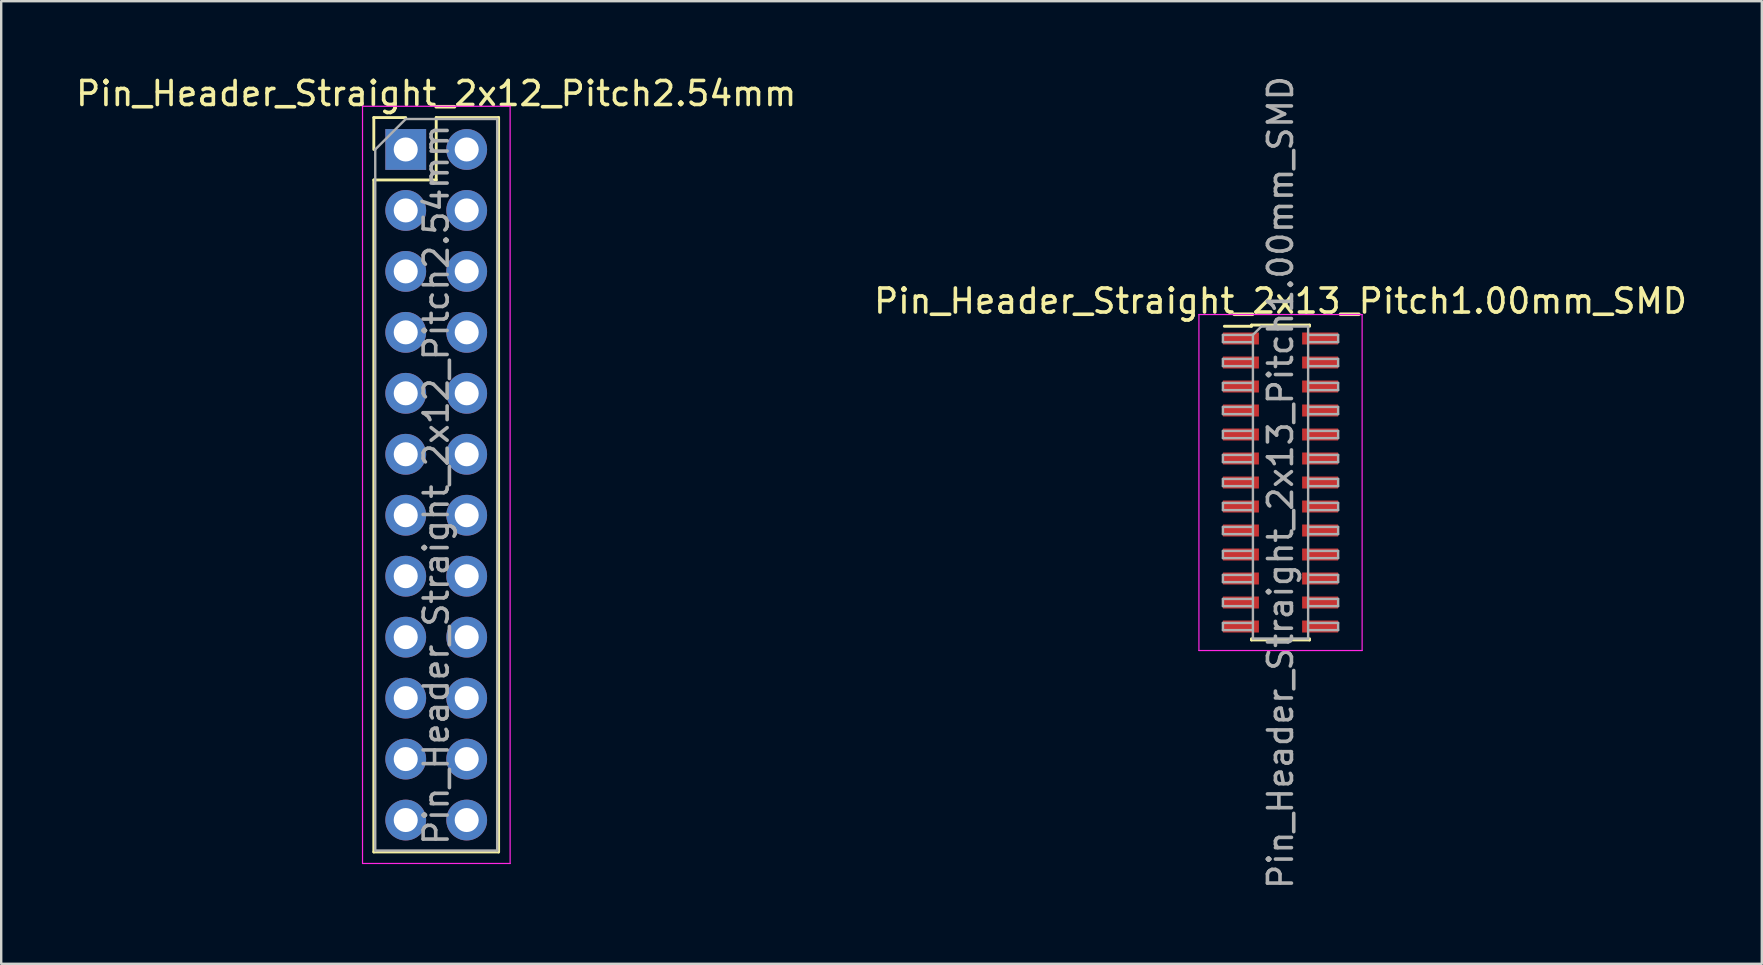
<source format=kicad_pcb>
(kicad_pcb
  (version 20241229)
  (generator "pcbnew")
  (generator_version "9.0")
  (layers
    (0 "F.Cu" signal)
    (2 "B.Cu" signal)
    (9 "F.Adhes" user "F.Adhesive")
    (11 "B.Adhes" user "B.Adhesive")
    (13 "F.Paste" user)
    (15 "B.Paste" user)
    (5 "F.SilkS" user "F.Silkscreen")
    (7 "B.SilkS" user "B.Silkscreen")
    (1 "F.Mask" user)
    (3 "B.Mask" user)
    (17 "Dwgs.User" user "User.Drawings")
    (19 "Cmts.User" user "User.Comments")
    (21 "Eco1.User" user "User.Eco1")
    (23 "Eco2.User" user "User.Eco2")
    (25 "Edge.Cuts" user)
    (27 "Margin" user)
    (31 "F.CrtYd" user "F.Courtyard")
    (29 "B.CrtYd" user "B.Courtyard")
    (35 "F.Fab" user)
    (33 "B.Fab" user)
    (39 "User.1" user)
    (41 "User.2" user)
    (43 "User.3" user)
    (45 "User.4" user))
  (footprint "Pin_Header_Straight_2x12_Pitch2.54mm"
    (layer "F.Cu")
    (at 13.855 3.178)
    (property "Reference" "Pin_Header_Straight_2x12_Pitch2.54mm" (at 1.27 -2.33 0) (layer "F.SilkS") (effects (font (size 1 1) (thickness 0.15))))
    (attr through_hole)
    (fp_line (start -1.33 -1.33) (end 0 -1.33) (stroke (width 0.12) (type solid)) (layer "F.SilkS"))
    (fp_line (start -1.33 0) (end -1.33 -1.33) (stroke (width 0.12) (type solid)) (layer "F.SilkS"))
    (fp_line (start -1.33 1.27) (end -1.33 29.27) (stroke (width 0.12) (type solid)) (layer "F.SilkS"))
    (fp_line (start -1.33 1.27) (end 1.27 1.27) (stroke (width 0.12) (type solid)) (layer "F.SilkS"))
    (fp_line (start -1.33 29.27) (end 3.87 29.27) (stroke (width 0.12) (type solid)) (layer "F.SilkS"))
    (fp_line (start 1.27 -1.33) (end 3.87 -1.33) (stroke (width 0.12) (type solid)) (layer "F.SilkS"))
    (fp_line (start 1.27 1.27) (end 1.27 -1.33) (stroke (width 0.12) (type solid)) (layer "F.SilkS"))
    (fp_line (start 3.87 -1.33) (end 3.87 29.27) (stroke (width 0.12) (type solid)) (layer "F.SilkS"))
    (fp_line (start -1.8 -1.8) (end -1.8 29.75) (stroke (width 0.05) (type solid)) (layer "F.CrtYd"))
    (fp_line (start -1.8 29.75) (end 4.35 29.75) (stroke (width 0.05) (type solid)) (layer "F.CrtYd"))
    (fp_line (start 4.35 -1.8) (end -1.8 -1.8) (stroke (width 0.05) (type solid)) (layer "F.CrtYd"))
    (fp_line (start 4.35 29.75) (end 4.35 -1.8) (stroke (width 0.05) (type solid)) (layer "F.CrtYd"))
    (fp_line (start -1.27 0) (end 0 -1.27) (stroke (width 0.1) (type solid)) (layer "F.Fab"))
    (fp_line (start -1.27 29.21) (end -1.27 0) (stroke (width 0.1) (type solid)) (layer "F.Fab"))
    (fp_line (start 0 -1.27) (end 3.81 -1.27) (stroke (width 0.1) (type solid)) (layer "F.Fab"))
    (fp_line (start 3.81 -1.27) (end 3.81 29.21) (stroke (width 0.1) (type solid)) (layer "F.Fab"))
    (fp_line (start 3.81 29.21) (end -1.27 29.21) (stroke (width 0.1) (type solid)) (layer "F.Fab"))
    (fp_text user "${REFERENCE}" (at 1.27 13.97 90) (layer "F.Fab") (effects (font (size 1 1) (thickness 0.15))))
    (pad "1" thru_hole rect (at 0 0) (size 1.7 1.7) (drill 1) (layers "*.Cu" "*.Mask"))
    (pad "2" thru_hole oval (at 2.54 0) (size 1.7 1.7) (drill 1) (layers "*.Cu" "*.Mask"))
    (pad "3" thru_hole oval (at 0 2.54) (size 1.7 1.7) (drill 1) (layers "*.Cu" "*.Mask"))
    (pad "4" thru_hole oval (at 2.54 2.54) (size 1.7 1.7) (drill 1) (layers "*.Cu" "*.Mask"))
    (pad "5" thru_hole oval (at 0 5.08) (size 1.7 1.7) (drill 1) (layers "*.Cu" "*.Mask"))
    (pad "6" thru_hole oval (at 2.54 5.08) (size 1.7 1.7) (drill 1) (layers "*.Cu" "*.Mask"))
    (pad "7" thru_hole oval (at 0 7.62) (size 1.7 1.7) (drill 1) (layers "*.Cu" "*.Mask"))
    (pad "8" thru_hole oval (at 2.54 7.62) (size 1.7 1.7) (drill 1) (layers "*.Cu" "*.Mask"))
    (pad "9" thru_hole oval (at 0 10.16) (size 1.7 1.7) (drill 1) (layers "*.Cu" "*.Mask"))
    (pad "10" thru_hole oval (at 2.54 10.16) (size 1.7 1.7) (drill 1) (layers "*.Cu" "*.Mask"))
    (pad "11" thru_hole oval (at 0 12.7) (size 1.7 1.7) (drill 1) (layers "*.Cu" "*.Mask"))
    (pad "12" thru_hole oval (at 2.54 12.7) (size 1.7 1.7) (drill 1) (layers "*.Cu" "*.Mask"))
    (pad "13" thru_hole oval (at 0 15.24) (size 1.7 1.7) (drill 1) (layers "*.Cu" "*.Mask"))
    (pad "14" thru_hole oval (at 2.54 15.24) (size 1.7 1.7) (drill 1) (layers "*.Cu" "*.Mask"))
    (pad "15" thru_hole oval (at 0 17.78) (size 1.7 1.7) (drill 1) (layers "*.Cu" "*.Mask"))
    (pad "16" thru_hole oval (at 2.54 17.78) (size 1.7 1.7) (drill 1) (layers "*.Cu" "*.Mask"))
    (pad "17" thru_hole oval (at 0 20.32) (size 1.7 1.7) (drill 1) (layers "*.Cu" "*.Mask"))
    (pad "18" thru_hole oval (at 2.54 20.32) (size 1.7 1.7) (drill 1) (layers "*.Cu" "*.Mask"))
    (pad "19" thru_hole oval (at 0 22.86) (size 1.7 1.7) (drill 1) (layers "*.Cu" "*.Mask"))
    (pad "20" thru_hole oval (at 2.54 22.86) (size 1.7 1.7) (drill 1) (layers "*.Cu" "*.Mask"))
    (pad "21" thru_hole oval (at 0 25.4) (size 1.7 1.7) (drill 1) (layers "*.Cu" "*.Mask"))
    (pad "22" thru_hole oval (at 2.54 25.4) (size 1.7 1.7) (drill 1) (layers "*.Cu" "*.Mask"))
    (pad "23" thru_hole oval (at 0 27.94) (size 1.7 1.7) (drill 1) (layers "*.Cu" "*.Mask"))
    (pad "24" thru_hole oval (at 2.54 27.94) (size 1.7 1.7) (drill 1) (layers "*.Cu" "*.Mask")))
  (footprint "Pin_Header_Straight_2x13_Pitch1.00mm_SMD"
    (layer "F.Cu")
    (at 50.304 17.054)
    (property "Reference" "Pin_Header_Straight_2x13_Pitch1.00mm_SMD" (at 0 -7.56 0) (layer "F.SilkS") (effects (font (size 1 1) (thickness 0.15))))
    (attr smd)
    (fp_line (start -2.34 -6.51) (end -1.21 -6.51) (stroke (width 0.12) (type solid)) (layer "F.SilkS"))
    (fp_line (start -1.21 -6.56) (end -1.21 -6.51) (stroke (width 0.12) (type solid)) (layer "F.SilkS"))
    (fp_line (start -1.21 -6.56) (end 1.21 -6.56) (stroke (width 0.12) (type solid)) (layer "F.SilkS"))
    (fp_line (start -1.21 6.51) (end -1.21 6.56) (stroke (width 0.12) (type solid)) (layer "F.SilkS"))
    (fp_line (start -1.21 6.56) (end 1.21 6.56) (stroke (width 0.12) (type solid)) (layer "F.SilkS"))
    (fp_line (start 1.21 -6.56) (end 1.21 -6.51) (stroke (width 0.12) (type solid)) (layer "F.SilkS"))
    (fp_line (start 1.21 6.51) (end 1.21 6.56) (stroke (width 0.12) (type solid)) (layer "F.SilkS"))
    (fp_line (start -3.4 -7) (end -3.4 7) (stroke (width 0.05) (type solid)) (layer "F.CrtYd"))
    (fp_line (start -3.4 7) (end 3.4 7) (stroke (width 0.05) (type solid)) (layer "F.CrtYd"))
    (fp_line (start 3.4 -7) (end -3.4 -7) (stroke (width 0.05) (type solid)) (layer "F.CrtYd"))
    (fp_line (start 3.4 7) (end 3.4 -7) (stroke (width 0.05) (type solid)) (layer "F.CrtYd"))
    (fp_line (start -2.4 -6.15) (end -2.4 -5.85) (stroke (width 0.1) (type solid)) (layer "F.Fab"))
    (fp_line (start -2.4 -5.85) (end -1.15 -5.85) (stroke (width 0.1) (type solid)) (layer "F.Fab"))
    (fp_line (start -2.4 -5.15) (end -2.4 -4.85) (stroke (width 0.1) (type solid)) (layer "F.Fab"))
    (fp_line (start -2.4 -4.85) (end -1.15 -4.85) (stroke (width 0.1) (type solid)) (layer "F.Fab"))
    (fp_line (start -2.4 -4.15) (end -2.4 -3.85) (stroke (width 0.1) (type solid)) (layer "F.Fab"))
    (fp_line (start -2.4 -3.85) (end -1.15 -3.85) (stroke (width 0.1) (type solid)) (layer "F.Fab"))
    (fp_line (start -2.4 -3.15) (end -2.4 -2.85) (stroke (width 0.1) (type solid)) (layer "F.Fab"))
    (fp_line (start -2.4 -2.85) (end -1.15 -2.85) (stroke (width 0.1) (type solid)) (layer "F.Fab"))
    (fp_line (start -2.4 -2.15) (end -2.4 -1.85) (stroke (width 0.1) (type solid)) (layer "F.Fab"))
    (fp_line (start -2.4 -1.85) (end -1.15 -1.85) (stroke (width 0.1) (type solid)) (layer "F.Fab"))
    (fp_line (start -2.4 -1.15) (end -2.4 -0.85) (stroke (width 0.1) (type solid)) (layer "F.Fab"))
    (fp_line (start -2.4 -0.85) (end -1.15 -0.85) (stroke (width 0.1) (type solid)) (layer "F.Fab"))
    (fp_line (start -2.4 -0.15) (end -2.4 0.15) (stroke (width 0.1) (type solid)) (layer "F.Fab"))
    (fp_line (start -2.4 0.15) (end -1.15 0.15) (stroke (width 0.1) (type solid)) (layer "F.Fab"))
    (fp_line (start -2.4 0.85) (end -2.4 1.15) (stroke (width 0.1) (type solid)) (layer "F.Fab"))
    (fp_line (start -2.4 1.15) (end -1.15 1.15) (stroke (width 0.1) (type solid)) (layer "F.Fab"))
    (fp_line (start -2.4 1.85) (end -2.4 2.15) (stroke (width 0.1) (type solid)) (layer "F.Fab"))
    (fp_line (start -2.4 2.15) (end -1.15 2.15) (stroke (width 0.1) (type solid)) (layer "F.Fab"))
    (fp_line (start -2.4 2.85) (end -2.4 3.15) (stroke (width 0.1) (type solid)) (layer "F.Fab"))
    (fp_line (start -2.4 3.15) (end -1.15 3.15) (stroke (width 0.1) (type solid)) (layer "F.Fab"))
    (fp_line (start -2.4 3.85) (end -2.4 4.15) (stroke (width 0.1) (type solid)) (layer "F.Fab"))
    (fp_line (start -2.4 4.15) (end -1.15 4.15) (stroke (width 0.1) (type solid)) (layer "F.Fab"))
    (fp_line (start -2.4 4.85) (end -2.4 5.15) (stroke (width 0.1) (type solid)) (layer "F.Fab"))
    (fp_line (start -2.4 5.15) (end -1.15 5.15) (stroke (width 0.1) (type solid)) (layer "F.Fab"))
    (fp_line (start -2.4 5.85) (end -2.4 6.15) (stroke (width 0.1) (type solid)) (layer "F.Fab"))
    (fp_line (start -2.4 6.15) (end -1.15 6.15) (stroke (width 0.1) (type solid)) (layer "F.Fab"))
    (fp_line (start -1.15 -6.15) (end -2.4 -6.15) (stroke (width 0.1) (type solid)) (layer "F.Fab"))
    (fp_line (start -1.15 -6.15) (end -0.8 -6.5) (stroke (width 0.1) (type solid)) (layer "F.Fab"))
    (fp_line (start -1.15 -5.15) (end -2.4 -5.15) (stroke (width 0.1) (type solid)) (layer "F.Fab"))
    (fp_line (start -1.15 -4.15) (end -2.4 -4.15) (stroke (width 0.1) (type solid)) (layer "F.Fab"))
    (fp_line (start -1.15 -3.15) (end -2.4 -3.15) (stroke (width 0.1) (type solid)) (layer "F.Fab"))
    (fp_line (start -1.15 -2.15) (end -2.4 -2.15) (stroke (width 0.1) (type solid)) (layer "F.Fab"))
    (fp_line (start -1.15 -1.15) (end -2.4 -1.15) (stroke (width 0.1) (type solid)) (layer "F.Fab"))
    (fp_line (start -1.15 -0.15) (end -2.4 -0.15) (stroke (width 0.1) (type solid)) (layer "F.Fab"))
    (fp_line (start -1.15 0.85) (end -2.4 0.85) (stroke (width 0.1) (type solid)) (layer "F.Fab"))
    (fp_line (start -1.15 1.85) (end -2.4 1.85) (stroke (width 0.1) (type solid)) (layer "F.Fab"))
    (fp_line (start -1.15 2.85) (end -2.4 2.85) (stroke (width 0.1) (type solid)) (layer "F.Fab"))
    (fp_line (start -1.15 3.85) (end -2.4 3.85) (stroke (width 0.1) (type solid)) (layer "F.Fab"))
    (fp_line (start -1.15 4.85) (end -2.4 4.85) (stroke (width 0.1) (type solid)) (layer "F.Fab"))
    (fp_line (start -1.15 5.85) (end -2.4 5.85) (stroke (width 0.1) (type solid)) (layer "F.Fab"))
    (fp_line (start -1.15 6.5) (end -1.15 -6.15) (stroke (width 0.1) (type solid)) (layer "F.Fab"))
    (fp_line (start -0.8 -6.5) (end 1.15 -6.5) (stroke (width 0.1) (type solid)) (layer "F.Fab"))
    (fp_line (start 1.15 -6.5) (end 1.15 6.5) (stroke (width 0.1) (type solid)) (layer "F.Fab"))
    (fp_line (start 1.15 -6.15) (end 2.4 -6.15) (stroke (width 0.1) (type solid)) (layer "F.Fab"))
    (fp_line (start 1.15 -5.15) (end 2.4 -5.15) (stroke (width 0.1) (type solid)) (layer "F.Fab"))
    (fp_line (start 1.15 -4.15) (end 2.4 -4.15) (stroke (width 0.1) (type solid)) (layer "F.Fab"))
    (fp_line (start 1.15 -3.15) (end 2.4 -3.15) (stroke (width 0.1) (type solid)) (layer "F.Fab"))
    (fp_line (start 1.15 -2.15) (end 2.4 -2.15) (stroke (width 0.1) (type solid)) (layer "F.Fab"))
    (fp_line (start 1.15 -1.15) (end 2.4 -1.15) (stroke (width 0.1) (type solid)) (layer "F.Fab"))
    (fp_line (start 1.15 -0.15) (end 2.4 -0.15) (stroke (width 0.1) (type solid)) (layer "F.Fab"))
    (fp_line (start 1.15 0.85) (end 2.4 0.85) (stroke (width 0.1) (type solid)) (layer "F.Fab"))
    (fp_line (start 1.15 1.85) (end 2.4 1.85) (stroke (width 0.1) (type solid)) (layer "F.Fab"))
    (fp_line (start 1.15 2.85) (end 2.4 2.85) (stroke (width 0.1) (type solid)) (layer "F.Fab"))
    (fp_line (start 1.15 3.85) (end 2.4 3.85) (stroke (width 0.1) (type solid)) (layer "F.Fab"))
    (fp_line (start 1.15 4.85) (end 2.4 4.85) (stroke (width 0.1) (type solid)) (layer "F.Fab"))
    (fp_line (start 1.15 5.85) (end 2.4 5.85) (stroke (width 0.1) (type solid)) (layer "F.Fab"))
    (fp_line (start 1.15 6.5) (end -1.15 6.5) (stroke (width 0.1) (type solid)) (layer "F.Fab"))
    (fp_line (start 2.4 -6.15) (end 2.4 -5.85) (stroke (width 0.1) (type solid)) (layer "F.Fab"))
    (fp_line (start 2.4 -5.85) (end 1.15 -5.85) (stroke (width 0.1) (type solid)) (layer "F.Fab"))
    (fp_line (start 2.4 -5.15) (end 2.4 -4.85) (stroke (width 0.1) (type solid)) (layer "F.Fab"))
    (fp_line (start 2.4 -4.85) (end 1.15 -4.85) (stroke (width 0.1) (type solid)) (layer "F.Fab"))
    (fp_line (start 2.4 -4.15) (end 2.4 -3.85) (stroke (width 0.1) (type solid)) (layer "F.Fab"))
    (fp_line (start 2.4 -3.85) (end 1.15 -3.85) (stroke (width 0.1) (type solid)) (layer "F.Fab"))
    (fp_line (start 2.4 -3.15) (end 2.4 -2.85) (stroke (width 0.1) (type solid)) (layer "F.Fab"))
    (fp_line (start 2.4 -2.85) (end 1.15 -2.85) (stroke (width 0.1) (type solid)) (layer "F.Fab"))
    (fp_line (start 2.4 -2.15) (end 2.4 -1.85) (stroke (width 0.1) (type solid)) (layer "F.Fab"))
    (fp_line (start 2.4 -1.85) (end 1.15 -1.85) (stroke (width 0.1) (type solid)) (layer "F.Fab"))
    (fp_line (start 2.4 -1.15) (end 2.4 -0.85) (stroke (width 0.1) (type solid)) (layer "F.Fab"))
    (fp_line (start 2.4 -0.85) (end 1.15 -0.85) (stroke (width 0.1) (type solid)) (layer "F.Fab"))
    (fp_line (start 2.4 -0.15) (end 2.4 0.15) (stroke (width 0.1) (type solid)) (layer "F.Fab"))
    (fp_line (start 2.4 0.15) (end 1.15 0.15) (stroke (width 0.1) (type solid)) (layer "F.Fab"))
    (fp_line (start 2.4 0.85) (end 2.4 1.15) (stroke (width 0.1) (type solid)) (layer "F.Fab"))
    (fp_line (start 2.4 1.15) (end 1.15 1.15) (stroke (width 0.1) (type solid)) (layer "F.Fab"))
    (fp_line (start 2.4 1.85) (end 2.4 2.15) (stroke (width 0.1) (type solid)) (layer "F.Fab"))
    (fp_line (start 2.4 2.15) (end 1.15 2.15) (stroke (width 0.1) (type solid)) (layer "F.Fab"))
    (fp_line (start 2.4 2.85) (end 2.4 3.15) (stroke (width 0.1) (type solid)) (layer "F.Fab"))
    (fp_line (start 2.4 3.15) (end 1.15 3.15) (stroke (width 0.1) (type solid)) (layer "F.Fab"))
    (fp_line (start 2.4 3.85) (end 2.4 4.15) (stroke (width 0.1) (type solid)) (layer "F.Fab"))
    (fp_line (start 2.4 4.15) (end 1.15 4.15) (stroke (width 0.1) (type solid)) (layer "F.Fab"))
    (fp_line (start 2.4 4.85) (end 2.4 5.15) (stroke (width 0.1) (type solid)) (layer "F.Fab"))
    (fp_line (start 2.4 5.15) (end 1.15 5.15) (stroke (width 0.1) (type solid)) (layer "F.Fab"))
    (fp_line (start 2.4 5.85) (end 2.4 6.15) (stroke (width 0.1) (type solid)) (layer "F.Fab"))
    (fp_line (start 2.4 6.15) (end 1.15 6.15) (stroke (width 0.1) (type solid)) (layer "F.Fab"))
    (fp_text user "${REFERENCE}" (at 0 0 90) (layer "F.Fab") (effects (font (size 1 1) (thickness 0.15))))
    (pad "1" smd rect (at -1.65 -6) (size 1.5 0.5) (layers "F.Cu" "F.Mask" "F.Paste"))
    (pad "2" smd rect (at 1.65 -6) (size 1.5 0.5) (layers "F.Cu" "F.Mask" "F.Paste"))
    (pad "3" smd rect (at -1.65 -5) (size 1.5 0.5) (layers "F.Cu" "F.Mask" "F.Paste"))
    (pad "4" smd rect (at 1.65 -5) (size 1.5 0.5) (layers "F.Cu" "F.Mask" "F.Paste"))
    (pad "5" smd rect (at -1.65 -4) (size 1.5 0.5) (layers "F.Cu" "F.Mask" "F.Paste"))
    (pad "6" smd rect (at 1.65 -4) (size 1.5 0.5) (layers "F.Cu" "F.Mask" "F.Paste"))
    (pad "7" smd rect (at -1.65 -3) (size 1.5 0.5) (layers "F.Cu" "F.Mask" "F.Paste"))
    (pad "8" smd rect (at 1.65 -3) (size 1.5 0.5) (layers "F.Cu" "F.Mask" "F.Paste"))
    (pad "9" smd rect (at -1.65 -2) (size 1.5 0.5) (layers "F.Cu" "F.Mask" "F.Paste"))
    (pad "10" smd rect (at 1.65 -2) (size 1.5 0.5) (layers "F.Cu" "F.Mask" "F.Paste"))
    (pad "11" smd rect (at -1.65 -1) (size 1.5 0.5) (layers "F.Cu" "F.Mask" "F.Paste"))
    (pad "12" smd rect (at 1.65 -1) (size 1.5 0.5) (layers "F.Cu" "F.Mask" "F.Paste"))
    (pad "13" smd rect (at -1.65 0) (size 1.5 0.5) (layers "F.Cu" "F.Mask" "F.Paste"))
    (pad "14" smd rect (at 1.65 0) (size 1.5 0.5) (layers "F.Cu" "F.Mask" "F.Paste"))
    (pad "15" smd rect (at -1.65 1) (size 1.5 0.5) (layers "F.Cu" "F.Mask" "F.Paste"))
    (pad "16" smd rect (at 1.65 1) (size 1.5 0.5) (layers "F.Cu" "F.Mask" "F.Paste"))
    (pad "17" smd rect (at -1.65 2) (size 1.5 0.5) (layers "F.Cu" "F.Mask" "F.Paste"))
    (pad "18" smd rect (at 1.65 2) (size 1.5 0.5) (layers "F.Cu" "F.Mask" "F.Paste"))
    (pad "19" smd rect (at -1.65 3) (size 1.5 0.5) (layers "F.Cu" "F.Mask" "F.Paste"))
    (pad "20" smd rect (at 1.65 3) (size 1.5 0.5) (layers "F.Cu" "F.Mask" "F.Paste"))
    (pad "21" smd rect (at -1.65 4) (size 1.5 0.5) (layers "F.Cu" "F.Mask" "F.Paste"))
    (pad "22" smd rect (at 1.65 4) (size 1.5 0.5) (layers "F.Cu" "F.Mask" "F.Paste"))
    (pad "23" smd rect (at -1.65 5) (size 1.5 0.5) (layers "F.Cu" "F.Mask" "F.Paste"))
    (pad "24" smd rect (at 1.65 5) (size 1.5 0.5) (layers "F.Cu" "F.Mask" "F.Paste"))
    (pad "25" smd rect (at -1.65 6) (size 1.5 0.5) (layers "F.Cu" "F.Mask" "F.Paste"))
    (pad "26" smd rect (at 1.65 6) (size 1.5 0.5) (layers "F.Cu" "F.Mask" "F.Paste")))
  (gr_rect
    (start -3 -3)
    (end 70.357 37.107)
    (stroke (width 0.1) (type default))
    (fill no)
    (layer "Edge.Cuts")))
</source>
